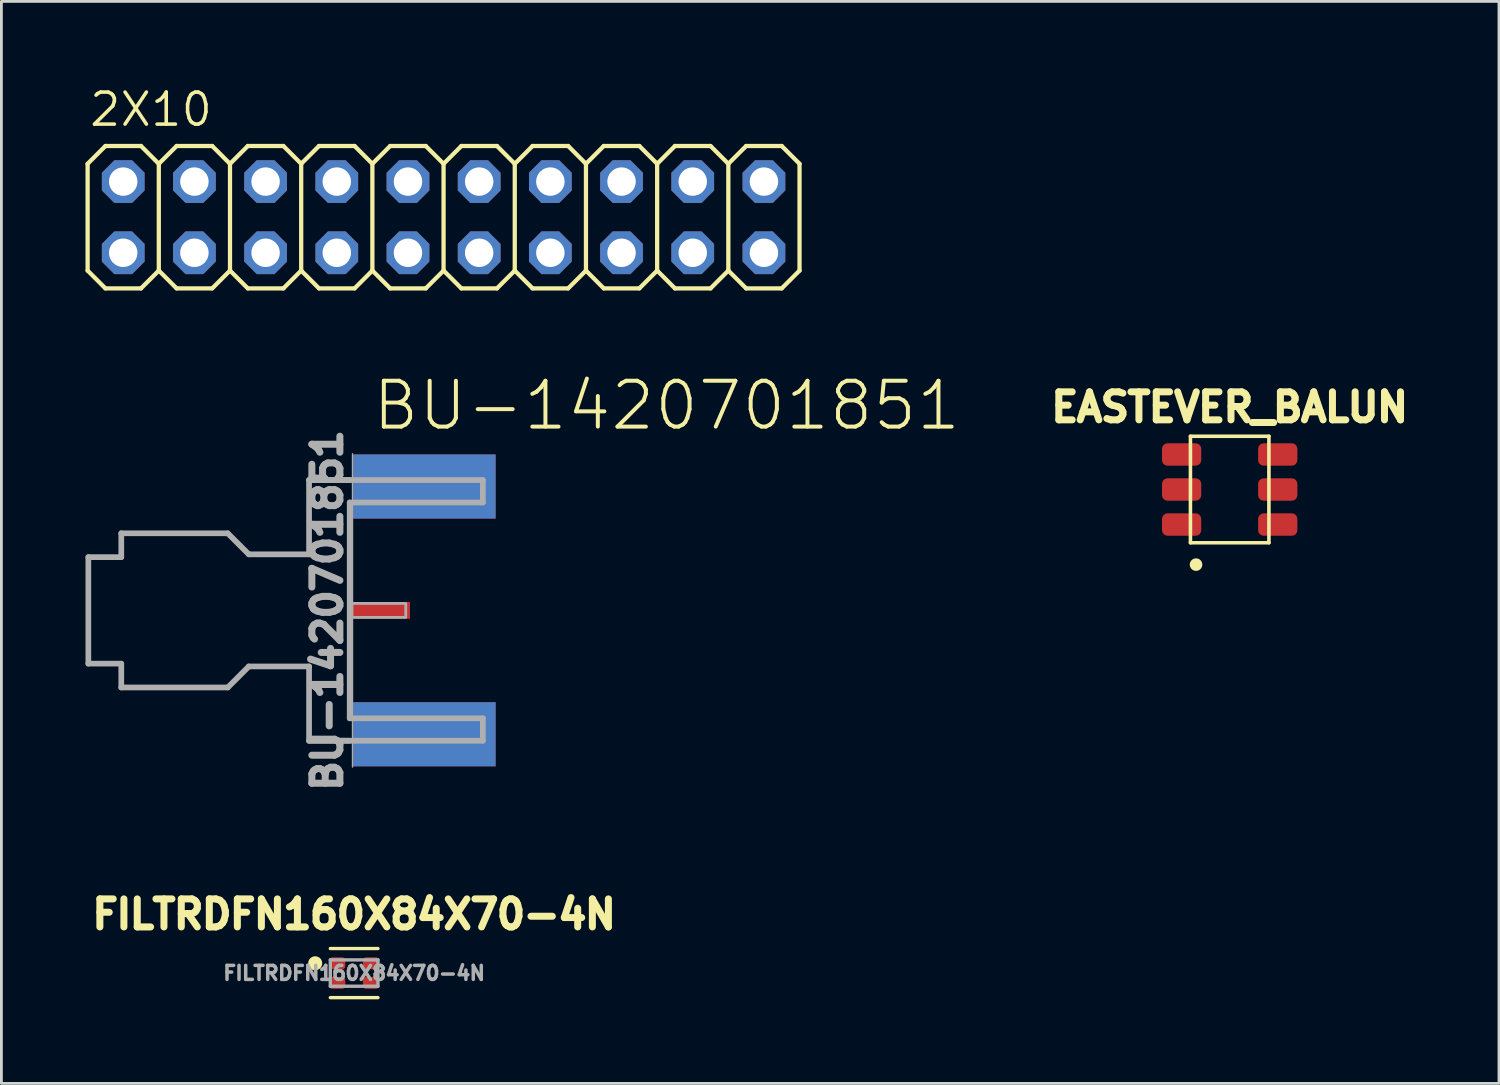
<source format=kicad_pcb>
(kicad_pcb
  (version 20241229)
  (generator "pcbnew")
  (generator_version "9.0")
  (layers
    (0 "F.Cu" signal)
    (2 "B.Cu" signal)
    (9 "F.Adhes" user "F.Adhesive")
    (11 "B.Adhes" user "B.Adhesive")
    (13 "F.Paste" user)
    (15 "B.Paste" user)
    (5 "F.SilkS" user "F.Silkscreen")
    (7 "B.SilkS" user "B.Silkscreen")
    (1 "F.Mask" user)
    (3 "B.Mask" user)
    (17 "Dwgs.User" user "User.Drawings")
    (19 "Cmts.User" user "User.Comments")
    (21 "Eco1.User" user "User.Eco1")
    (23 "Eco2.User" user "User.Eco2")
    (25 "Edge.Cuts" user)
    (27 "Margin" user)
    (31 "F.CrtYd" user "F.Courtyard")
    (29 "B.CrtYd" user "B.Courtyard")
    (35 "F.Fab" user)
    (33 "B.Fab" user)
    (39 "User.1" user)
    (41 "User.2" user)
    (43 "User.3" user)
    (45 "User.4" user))
  (footprint "FILTRDFN160X84X70-4N"
    (layer "F.Cu")
    (at 9.585 31.668)
    (property "Reference" "FILTRDFN160X84X70-4N" (at 0 -1.511 0) (unlocked yes) (layer "F.SilkS") (effects (font (size 1 1) (thickness 0.25) (bold yes)) (justify bottom)))
    (attr smd)
    (fp_line (start 0.85 -0.876) (end -0.85 -0.876) (stroke (width 0.12) (type solid)) (layer "F.SilkS"))
    (fp_line (start 0.85 0.876) (end -0.85 0.876) (stroke (width 0.12) (type solid)) (layer "F.SilkS"))
    (fp_circle (center -1.389 -0.35) (end -1.264 -0.35) (stroke (width 0.25) (type solid)) (fill yes) (layer "F.SilkS"))
    (fp_line (start -0.85 -0.47) (end 0.85 -0.47) (stroke (width 0.12) (type solid)) (layer "F.Fab"))
    (fp_line (start -0.85 0.47) (end -0.85 -0.47) (stroke (width 0.12) (type solid)) (layer "F.Fab"))
    (fp_line (start 0.85 -0.47) (end 0.85 0.47) (stroke (width 0.12) (type solid)) (layer "F.Fab"))
    (fp_line (start 0.85 0.47) (end -0.85 0.47) (stroke (width 0.12) (type solid)) (layer "F.Fab"))
    (fp_text user "${REFERENCE}" (at 0 0 0) (unlocked yes) (layer "F.Fab") (effects (font (size 0.5 0.5) (thickness 0.125) (bold yes))))
    (pad "1" smd roundrect (at -0.6 -0.35) (size 0.571 0.424) (layers "F.Cu" "F.Mask" "F.Paste") (roundrect_rratio 0.25))
    (pad "2" smd roundrect (at -0.6 0.35) (size 0.571 0.424) (layers "F.Cu" "F.Mask" "F.Paste") (roundrect_rratio 0.25))
    (pad "3" smd roundrect (at 0.6 0.35) (size 0.571 0.424) (layers "F.Cu" "F.Mask" "F.Paste") (roundrect_rratio 0.25))
    (pad "4" smd roundrect (at 0.6 -0.35) (size 0.571 0.424) (layers "F.Cu" "F.Mask" "F.Paste") (roundrect_rratio 0.25)))
  (footprint "2X10"
    (layer "F.Cu")
    (at 12.776 4.699)
    (property "Reference" "2X10" (at -12.7 -3.175 0) (unlocked yes) (layer "F.SilkS") (effects (font (size 1.143 1.143) (thickness 0.127)) (justify left bottom)))
    (fp_line (start -12.7 -1.905) (end -12.065 -2.54) (stroke (width 0.152) (type solid)) (layer "F.SilkS"))
    (fp_line (start -12.7 1.905) (end -12.7 -1.905) (stroke (width 0.152) (type solid)) (layer "F.SilkS"))
    (fp_line (start -12.7 1.905) (end -12.065 2.54) (stroke (width 0.152) (type solid)) (layer "F.SilkS"))
    (fp_line (start -12.065 -2.54) (end -10.795 -2.54) (stroke (width 0.152) (type solid)) (layer "F.SilkS"))
    (fp_line (start -12.065 2.54) (end -10.795 2.54) (stroke (width 0.152) (type solid)) (layer "F.SilkS"))
    (fp_line (start -10.795 -2.54) (end -10.16 -1.905) (stroke (width 0.152) (type solid)) (layer "F.SilkS"))
    (fp_line (start -10.795 2.54) (end -10.16 1.905) (stroke (width 0.152) (type solid)) (layer "F.SilkS"))
    (fp_line (start -10.16 -1.905) (end -10.16 1.905) (stroke (width 0.152) (type solid)) (layer "F.SilkS"))
    (fp_line (start -10.16 -1.905) (end -9.525 -2.54) (stroke (width 0.152) (type solid)) (layer "F.SilkS"))
    (fp_line (start -10.16 1.905) (end -9.525 2.54) (stroke (width 0.152) (type solid)) (layer "F.SilkS"))
    (fp_line (start -9.525 -2.54) (end -8.255 -2.54) (stroke (width 0.152) (type solid)) (layer "F.SilkS"))
    (fp_line (start -9.525 2.54) (end -8.255 2.54) (stroke (width 0.152) (type solid)) (layer "F.SilkS"))
    (fp_line (start -8.255 -2.54) (end -7.62 -1.905) (stroke (width 0.152) (type solid)) (layer "F.SilkS"))
    (fp_line (start -8.255 2.54) (end -7.62 1.905) (stroke (width 0.152) (type solid)) (layer "F.SilkS"))
    (fp_line (start -7.62 -1.905) (end -7.62 1.905) (stroke (width 0.152) (type solid)) (layer "F.SilkS"))
    (fp_line (start -7.62 -1.905) (end -6.985 -2.54) (stroke (width 0.152) (type solid)) (layer "F.SilkS"))
    (fp_line (start -7.62 1.905) (end -6.985 2.54) (stroke (width 0.152) (type solid)) (layer "F.SilkS"))
    (fp_line (start -6.985 -2.54) (end -5.715 -2.54) (stroke (width 0.152) (type solid)) (layer "F.SilkS"))
    (fp_line (start -6.985 2.54) (end -5.715 2.54) (stroke (width 0.152) (type solid)) (layer "F.SilkS"))
    (fp_line (start -5.715 -2.54) (end -5.08 -1.905) (stroke (width 0.152) (type solid)) (layer "F.SilkS"))
    (fp_line (start -5.715 2.54) (end -5.08 1.905) (stroke (width 0.152) (type solid)) (layer "F.SilkS"))
    (fp_line (start -5.08 -1.905) (end -5.08 1.905) (stroke (width 0.152) (type solid)) (layer "F.SilkS"))
    (fp_line (start -5.08 -1.905) (end -4.445 -2.54) (stroke (width 0.152) (type solid)) (layer "F.SilkS"))
    (fp_line (start -5.08 1.905) (end -4.445 2.54) (stroke (width 0.152) (type solid)) (layer "F.SilkS"))
    (fp_line (start -4.445 -2.54) (end -3.175 -2.54) (stroke (width 0.152) (type solid)) (layer "F.SilkS"))
    (fp_line (start -4.445 2.54) (end -3.175 2.54) (stroke (width 0.152) (type solid)) (layer "F.SilkS"))
    (fp_line (start -3.175 -2.54) (end -2.54 -1.905) (stroke (width 0.152) (type solid)) (layer "F.SilkS"))
    (fp_line (start -3.175 2.54) (end -2.54 1.905) (stroke (width 0.152) (type solid)) (layer "F.SilkS"))
    (fp_line (start -2.54 -1.905) (end -2.54 1.905) (stroke (width 0.152) (type solid)) (layer "F.SilkS"))
    (fp_line (start -2.54 -1.905) (end -1.905 -2.54) (stroke (width 0.152) (type solid)) (layer "F.SilkS"))
    (fp_line (start -2.54 1.905) (end -1.905 2.54) (stroke (width 0.152) (type solid)) (layer "F.SilkS"))
    (fp_line (start -1.905 -2.54) (end -0.635 -2.54) (stroke (width 0.152) (type solid)) (layer "F.SilkS"))
    (fp_line (start -1.905 2.54) (end -0.635 2.54) (stroke (width 0.152) (type solid)) (layer "F.SilkS"))
    (fp_line (start -0.635 -2.54) (end 0 -1.905) (stroke (width 0.152) (type solid)) (layer "F.SilkS"))
    (fp_line (start -0.635 2.54) (end 0 1.905) (stroke (width 0.152) (type solid)) (layer "F.SilkS"))
    (fp_line (start 0 -1.905) (end 0 1.905) (stroke (width 0.152) (type solid)) (layer "F.SilkS"))
    (fp_line (start 0 -1.905) (end 0.635 -2.54) (stroke (width 0.152) (type solid)) (layer "F.SilkS"))
    (fp_line (start 0 1.905) (end 0.635 2.54) (stroke (width 0.152) (type solid)) (layer "F.SilkS"))
    (fp_line (start 0.635 -2.54) (end 1.905 -2.54) (stroke (width 0.152) (type solid)) (layer "F.SilkS"))
    (fp_line (start 0.635 2.54) (end 1.905 2.54) (stroke (width 0.152) (type solid)) (layer "F.SilkS"))
    (fp_line (start 1.905 -2.54) (end 2.54 -1.905) (stroke (width 0.152) (type solid)) (layer "F.SilkS"))
    (fp_line (start 1.905 2.54) (end 2.54 1.905) (stroke (width 0.152) (type solid)) (layer "F.SilkS"))
    (fp_line (start 2.54 -1.905) (end 2.54 1.905) (stroke (width 0.152) (type solid)) (layer "F.SilkS"))
    (fp_line (start 2.54 -1.905) (end 3.175 -2.54) (stroke (width 0.152) (type solid)) (layer "F.SilkS"))
    (fp_line (start 2.54 1.905) (end 3.175 2.54) (stroke (width 0.152) (type solid)) (layer "F.SilkS"))
    (fp_line (start 3.175 -2.54) (end 4.445 -2.54) (stroke (width 0.152) (type solid)) (layer "F.SilkS"))
    (fp_line (start 3.175 2.54) (end 4.445 2.54) (stroke (width 0.152) (type solid)) (layer "F.SilkS"))
    (fp_line (start 4.445 -2.54) (end 5.08 -1.905) (stroke (width 0.152) (type solid)) (layer "F.SilkS"))
    (fp_line (start 5.08 -1.905) (end 5.08 1.905) (stroke (width 0.152) (type solid)) (layer "F.SilkS"))
    (fp_line (start 5.08 -1.905) (end 5.715 -2.54) (stroke (width 0.152) (type solid)) (layer "F.SilkS"))
    (fp_line (start 5.08 1.905) (end 4.445 2.54) (stroke (width 0.152) (type solid)) (layer "F.SilkS"))
    (fp_line (start 5.08 1.905) (end 5.715 2.54) (stroke (width 0.152) (type solid)) (layer "F.SilkS"))
    (fp_line (start 5.715 -2.54) (end 6.985 -2.54) (stroke (width 0.152) (type solid)) (layer "F.SilkS"))
    (fp_line (start 5.715 2.54) (end 6.985 2.54) (stroke (width 0.152) (type solid)) (layer "F.SilkS"))
    (fp_line (start 6.985 -2.54) (end 7.62 -1.905) (stroke (width 0.152) (type solid)) (layer "F.SilkS"))
    (fp_line (start 7.62 -1.905) (end 7.62 1.905) (stroke (width 0.152) (type solid)) (layer "F.SilkS"))
    (fp_line (start 7.62 -1.905) (end 8.255 -2.54) (stroke (width 0.152) (type solid)) (layer "F.SilkS"))
    (fp_line (start 7.62 1.905) (end 6.985 2.54) (stroke (width 0.152) (type solid)) (layer "F.SilkS"))
    (fp_line (start 7.62 1.905) (end 8.255 2.54) (stroke (width 0.152) (type solid)) (layer "F.SilkS"))
    (fp_line (start 8.255 -2.54) (end 9.525 -2.54) (stroke (width 0.152) (type solid)) (layer "F.SilkS"))
    (fp_line (start 8.255 2.54) (end 9.525 2.54) (stroke (width 0.152) (type solid)) (layer "F.SilkS"))
    (fp_line (start 9.525 -2.54) (end 10.16 -1.905) (stroke (width 0.152) (type solid)) (layer "F.SilkS"))
    (fp_line (start 10.16 -1.905) (end 10.16 1.905) (stroke (width 0.152) (type solid)) (layer "F.SilkS"))
    (fp_line (start 10.16 -1.905) (end 10.795 -2.54) (stroke (width 0.152) (type solid)) (layer "F.SilkS"))
    (fp_line (start 10.16 1.905) (end 9.525 2.54) (stroke (width 0.152) (type solid)) (layer "F.SilkS"))
    (fp_line (start 10.16 1.905) (end 10.795 2.54) (stroke (width 0.152) (type solid)) (layer "F.SilkS"))
    (fp_line (start 10.795 -2.54) (end 12.065 -2.54) (stroke (width 0.152) (type solid)) (layer "F.SilkS"))
    (fp_line (start 10.795 2.54) (end 12.065 2.54) (stroke (width 0.152) (type solid)) (layer "F.SilkS"))
    (fp_line (start 12.065 -2.54) (end 12.7 -1.905) (stroke (width 0.152) (type solid)) (layer "F.SilkS"))
    (fp_line (start 12.7 -1.905) (end 12.7 1.905) (stroke (width 0.152) (type solid)) (layer "F.SilkS"))
    (fp_line (start 12.7 1.905) (end 12.065 2.54) (stroke (width 0.152) (type solid)) (layer "F.SilkS"))
    (fp_poly (pts (xy -11.684 -1.016) (xy -11.176 -1.016) (xy -11.176 -1.524) (xy -11.684 -1.524)) (stroke (width 0.1) (type default)) (fill no) (layer "F.Fab"))
    (fp_poly (pts (xy -11.684 1.524) (xy -11.176 1.524) (xy -11.176 1.016) (xy -11.684 1.016)) (stroke (width 0.1) (type default)) (fill no) (layer "F.Fab"))
    (fp_poly (pts (xy -9.144 -1.016) (xy -8.636 -1.016) (xy -8.636 -1.524) (xy -9.144 -1.524)) (stroke (width 0.1) (type default)) (fill no) (layer "F.Fab"))
    (fp_poly (pts (xy -9.144 1.524) (xy -8.636 1.524) (xy -8.636 1.016) (xy -9.144 1.016)) (stroke (width 0.1) (type default)) (fill no) (layer "F.Fab"))
    (fp_poly (pts (xy -6.604 -1.016) (xy -6.096 -1.016) (xy -6.096 -1.524) (xy -6.604 -1.524)) (stroke (width 0.1) (type default)) (fill no) (layer "F.Fab"))
    (fp_poly (pts (xy -6.604 1.524) (xy -6.096 1.524) (xy -6.096 1.016) (xy -6.604 1.016)) (stroke (width 0.1) (type default)) (fill no) (layer "F.Fab"))
    (fp_poly (pts (xy -4.064 -1.016) (xy -3.556 -1.016) (xy -3.556 -1.524) (xy -4.064 -1.524)) (stroke (width 0.1) (type default)) (fill no) (layer "F.Fab"))
    (fp_poly (pts (xy -4.064 1.524) (xy -3.556 1.524) (xy -3.556 1.016) (xy -4.064 1.016)) (stroke (width 0.1) (type default)) (fill no) (layer "F.Fab"))
    (fp_poly (pts (xy -1.524 -1.016) (xy -1.016 -1.016) (xy -1.016 -1.524) (xy -1.524 -1.524)) (stroke (width 0.1) (type default)) (fill no) (layer "F.Fab"))
    (fp_poly (pts (xy -1.524 1.524) (xy -1.016 1.524) (xy -1.016 1.016) (xy -1.524 1.016)) (stroke (width 0.1) (type default)) (fill no) (layer "F.Fab"))
    (fp_poly (pts (xy 1.016 -1.016) (xy 1.524 -1.016) (xy 1.524 -1.524) (xy 1.016 -1.524)) (stroke (width 0.1) (type default)) (fill no) (layer "F.Fab"))
    (fp_poly (pts (xy 1.016 1.524) (xy 1.524 1.524) (xy 1.524 1.016) (xy 1.016 1.016)) (stroke (width 0.1) (type default)) (fill no) (layer "F.Fab"))
    (fp_poly (pts (xy 3.556 -1.016) (xy 4.064 -1.016) (xy 4.064 -1.524) (xy 3.556 -1.524)) (stroke (width 0.1) (type default)) (fill no) (layer "F.Fab"))
    (fp_poly (pts (xy 3.556 1.524) (xy 4.064 1.524) (xy 4.064 1.016) (xy 3.556 1.016)) (stroke (width 0.1) (type default)) (fill no) (layer "F.Fab"))
    (fp_poly (pts (xy 6.096 -1.016) (xy 6.604 -1.016) (xy 6.604 -1.524) (xy 6.096 -1.524)) (stroke (width 0.1) (type default)) (fill no) (layer "F.Fab"))
    (fp_poly (pts (xy 6.096 1.524) (xy 6.604 1.524) (xy 6.604 1.016) (xy 6.096 1.016)) (stroke (width 0.1) (type default)) (fill no) (layer "F.Fab"))
    (fp_poly (pts (xy 8.636 -1.016) (xy 9.144 -1.016) (xy 9.144 -1.524) (xy 8.636 -1.524)) (stroke (width 0.1) (type default)) (fill no) (layer "F.Fab"))
    (fp_poly (pts (xy 8.636 1.524) (xy 9.144 1.524) (xy 9.144 1.016) (xy 8.636 1.016)) (stroke (width 0.1) (type default)) (fill no) (layer "F.Fab"))
    (fp_poly (pts (xy 11.176 -1.016) (xy 11.684 -1.016) (xy 11.684 -1.524) (xy 11.176 -1.524)) (stroke (width 0.1) (type default)) (fill no) (layer "F.Fab"))
    (fp_poly (pts (xy 11.176 1.524) (xy 11.684 1.524) (xy 11.684 1.016) (xy 11.176 1.016)) (stroke (width 0.1) (type default)) (fill no) (layer "F.Fab"))
    (pad "1" thru_hole roundrect (at -11.43 1.27) (size 1.524 1.524) (drill 1.016) (layers "*.Cu" "*.Mask") (roundrect_rratio 0.25) (chamfer_ratio 0.293) (chamfer top_left top_right bottom_left bottom_right))
    (pad "2" thru_hole roundrect (at -11.43 -1.27) (size 1.524 1.524) (drill 1.016) (layers "*.Cu" "*.Mask") (roundrect_rratio 0.25) (chamfer_ratio 0.293) (chamfer top_left top_right bottom_left bottom_right))
    (pad "3" thru_hole roundrect (at -8.89 1.27) (size 1.524 1.524) (drill 1.016) (layers "*.Cu" "*.Mask") (roundrect_rratio 0.25) (chamfer_ratio 0.293) (chamfer top_left top_right bottom_left bottom_right))
    (pad "4" thru_hole roundrect (at -8.89 -1.27) (size 1.524 1.524) (drill 1.016) (layers "*.Cu" "*.Mask") (roundrect_rratio 0.25) (chamfer_ratio 0.293) (chamfer top_left top_right bottom_left bottom_right))
    (pad "5" thru_hole roundrect (at -6.35 1.27) (size 1.524 1.524) (drill 1.016) (layers "*.Cu" "*.Mask") (roundrect_rratio 0.25) (chamfer_ratio 0.293) (chamfer top_left top_right bottom_left bottom_right))
    (pad "6" thru_hole roundrect (at -6.35 -1.27) (size 1.524 1.524) (drill 1.016) (layers "*.Cu" "*.Mask") (roundrect_rratio 0.25) (chamfer_ratio 0.293) (chamfer top_left top_right bottom_left bottom_right))
    (pad "7" thru_hole roundrect (at -3.81 1.27) (size 1.524 1.524) (drill 1.016) (layers "*.Cu" "*.Mask") (roundrect_rratio 0.25) (chamfer_ratio 0.293) (chamfer top_left top_right bottom_left bottom_right))
    (pad "8" thru_hole roundrect (at -3.81 -1.27) (size 1.524 1.524) (drill 1.016) (layers "*.Cu" "*.Mask") (roundrect_rratio 0.25) (chamfer_ratio 0.293) (chamfer top_left top_right bottom_left bottom_right))
    (pad "9" thru_hole roundrect (at -1.27 1.27) (size 1.524 1.524) (drill 1.016) (layers "*.Cu" "*.Mask") (roundrect_rratio 0.25) (chamfer_ratio 0.293) (chamfer top_left top_right bottom_left bottom_right))
    (pad "10" thru_hole roundrect (at -1.27 -1.27) (size 1.524 1.524) (drill 1.016) (layers "*.Cu" "*.Mask") (roundrect_rratio 0.25) (chamfer_ratio 0.293) (chamfer top_left top_right bottom_left bottom_right))
    (pad "11" thru_hole roundrect (at 1.27 1.27) (size 1.524 1.524) (drill 1.016) (layers "*.Cu" "*.Mask") (roundrect_rratio 0.25) (chamfer_ratio 0.293) (chamfer top_left top_right bottom_left bottom_right))
    (pad "12" thru_hole roundrect (at 1.27 -1.27) (size 1.524 1.524) (drill 1.016) (layers "*.Cu" "*.Mask") (roundrect_rratio 0.25) (chamfer_ratio 0.293) (chamfer top_left top_right bottom_left bottom_right))
    (pad "13" thru_hole roundrect (at 3.81 1.27) (size 1.524 1.524) (drill 1.016) (layers "*.Cu" "*.Mask") (roundrect_rratio 0.25) (chamfer_ratio 0.293) (chamfer top_left top_right bottom_left bottom_right))
    (pad "14" thru_hole roundrect (at 3.81 -1.27) (size 1.524 1.524) (drill 1.016) (layers "*.Cu" "*.Mask") (roundrect_rratio 0.25) (chamfer_ratio 0.293) (chamfer top_left top_right bottom_left bottom_right))
    (pad "15" thru_hole roundrect (at 6.35 1.27) (size 1.524 1.524) (drill 1.016) (layers "*.Cu" "*.Mask") (roundrect_rratio 0.25) (chamfer_ratio 0.293) (chamfer top_left top_right bottom_left bottom_right))
    (pad "16" thru_hole roundrect (at 6.35 -1.27) (size 1.524 1.524) (drill 1.016) (layers "*.Cu" "*.Mask") (roundrect_rratio 0.25) (chamfer_ratio 0.293) (chamfer top_left top_right bottom_left bottom_right))
    (pad "17" thru_hole roundrect (at 8.89 1.27) (size 1.524 1.524) (drill 1.016) (layers "*.Cu" "*.Mask") (roundrect_rratio 0.25) (chamfer_ratio 0.293) (chamfer top_left top_right bottom_left bottom_right))
    (pad "18" thru_hole roundrect (at 8.89 -1.27) (size 1.524 1.524) (drill 1.016) (layers "*.Cu" "*.Mask") (roundrect_rratio 0.25) (chamfer_ratio 0.293) (chamfer top_left top_right bottom_left bottom_right))
    (pad "19" thru_hole roundrect (at 11.43 1.27) (size 1.524 1.524) (drill 1.016) (layers "*.Cu" "*.Mask") (roundrect_rratio 0.25) (chamfer_ratio 0.293) (chamfer top_left top_right bottom_left bottom_right))
    (pad "20" thru_hole roundrect (at 11.43 -1.27) (size 1.524 1.524) (drill 1.016) (layers "*.Cu" "*.Mask") (roundrect_rratio 0.25) (chamfer_ratio 0.293) (chamfer top_left top_right bottom_left bottom_right)))
  (footprint "BU-1420701851"
    (layer "F.Cu")
    (at 9.527 18.728)
    (property "Reference" "BU-1420701851" (at 0.635 -6.35 0) (unlocked yes) (layer "F.SilkS") (effects (font (size 1.636 1.636) (thickness 0.142)) (justify left bottom)))
    (attr smd)
    (fp_line (start -9.425 -1.9) (end -8.25 -1.9) (stroke (width 0.203) (type solid)) (layer "F.Fab"))
    (fp_line (start -9.425 1.9) (end -9.425 -1.9) (stroke (width 0.203) (type solid)) (layer "F.Fab"))
    (fp_line (start -8.25 -2.75) (end -4.45 -2.75) (stroke (width 0.203) (type solid)) (layer "F.Fab"))
    (fp_line (start -8.25 -1.9) (end -8.25 -2.75) (stroke (width 0.203) (type solid)) (layer "F.Fab"))
    (fp_line (start -8.25 1.9) (end -9.425 1.9) (stroke (width 0.203) (type solid)) (layer "F.Fab"))
    (fp_line (start -8.25 2.75) (end -8.25 1.9) (stroke (width 0.203) (type solid)) (layer "F.Fab"))
    (fp_line (start -4.45 -2.75) (end -3.7 -2) (stroke (width 0.203) (type solid)) (layer "F.Fab"))
    (fp_line (start -4.45 2.75) (end -8.25 2.75) (stroke (width 0.203) (type solid)) (layer "F.Fab"))
    (fp_line (start -3.7 -2) (end -1.55 -2) (stroke (width 0.203) (type solid)) (layer "F.Fab"))
    (fp_line (start -3.7 2) (end -4.45 2.75) (stroke (width 0.203) (type solid)) (layer "F.Fab"))
    (fp_line (start -1.55 -4.65) (end -0.1 -4.65) (stroke (width 0.203) (type solid)) (layer "F.Fab"))
    (fp_line (start -1.55 -4.65) (end 4.65 -4.65) (stroke (width 0.203) (type solid)) (layer "F.Fab"))
    (fp_line (start -1.55 -2) (end -1.55 -4.65) (stroke (width 0.203) (type solid)) (layer "F.Fab"))
    (fp_line (start -1.55 2) (end -3.7 2) (stroke (width 0.203) (type solid)) (layer "F.Fab"))
    (fp_line (start -1.55 4.65) (end -1.55 2) (stroke (width 0.203) (type solid)) (layer "F.Fab"))
    (fp_line (start -0.1 -3.85) (end 4.65 -3.85) (stroke (width 0.203) (type solid)) (layer "F.Fab"))
    (fp_line (start -0.1 3.85) (end -0.1 -3.85) (stroke (width 0.203) (type solid)) (layer "F.Fab"))
    (fp_line (start -0.1 4.65) (end -1.55 4.65) (stroke (width 0.203) (type solid)) (layer "F.Fab"))
    (fp_line (start 0 -5.588) (end 0 5.588) (stroke (width 0.05) (type solid)) (layer "F.Fab"))
    (fp_line (start 4.65 -3.85) (end 4.65 -4.65) (stroke (width 0.203) (type solid)) (layer "F.Fab"))
    (fp_line (start 4.65 3.85) (end -0.1 3.85) (stroke (width 0.203) (type solid)) (layer "F.Fab"))
    (fp_line (start 4.65 4.65) (end -1.55 4.65) (stroke (width 0.203) (type solid)) (layer "F.Fab"))
    (fp_line (start 4.65 4.65) (end 4.65 3.85) (stroke (width 0.203) (type solid)) (layer "F.Fab"))
    (fp_poly (pts (xy -0.025 0.25) (xy 1.9 0.25) (xy 1.9 -0.25) (xy -0.025 -0.25)) (stroke (width 0.1) (type default)) (fill no) (layer "F.Fab"))
    (fp_text user "${REFERENCE}" (at -0.9 0 90) (unlocked yes) (layer "F.Fab") (effects (font (size 1 1) (thickness 0.25) (bold yes))))
    (pad "1" smd rect (at 1 0) (size 2.1 0.6) (layers "F.Cu" "F.Mask" "F.Paste"))
    (pad "G@1" smd rect (at 2.565 -4.42) (size 5.08 2.286) (layers "F.Cu" "F.Mask" "F.Paste"))
    (pad "G@2" smd rect (at 2.565 4.42) (size 5.08 2.286) (layers "F.Cu" "F.Mask" "F.Paste"))
    (pad "G@3" smd rect (at 2.565 -4.42) (size 5.08 2.286) (layers "B.Cu" "B.Mask" "B.Paste"))
    (pad "G@4" smd rect (at 2.565 4.42) (size 5.08 2.286) (layers "B.Cu" "B.Mask" "B.Paste")))
  (footprint "EASTEVER_BALUN"
    (layer "F.Cu")
    (at 40.823 14.415)
    (property "Reference" "EASTEVER_BALUN" (at 0 -2.35 0) (unlocked yes) (layer "F.SilkS") (effects (font (size 1 1) (thickness 0.25)) (justify bottom)))
    (attr smd)
    (fp_line (start -1.4 -1.9) (end 1.4 -1.9) (stroke (width 0.127) (type solid)) (layer "F.SilkS"))
    (fp_line (start -1.4 1.9) (end -1.4 -1.9) (stroke (width 0.127) (type solid)) (layer "F.SilkS"))
    (fp_line (start 1.4 -1.9) (end 1.4 1.9) (stroke (width 0.127) (type solid)) (layer "F.SilkS"))
    (fp_line (start 1.4 1.9) (end -1.4 1.9) (stroke (width 0.127) (type solid)) (layer "F.SilkS"))
    (fp_circle (center -1.2 2.68) (end -1.088 2.68) (stroke (width 0.224) (type solid)) (fill yes) (layer "F.SilkS"))
    (pad "1" smd roundrect (at -1.715 1.25) (size 1.4 0.8) (layers "F.Cu" "F.Mask" "F.Paste") (roundrect_rratio 0.25))
    (pad "2" smd roundrect (at -1.715 0) (size 1.4 0.8) (layers "F.Cu" "F.Mask" "F.Paste") (roundrect_rratio 0.25))
    (pad "3" smd roundrect (at -1.715 -1.25) (size 1.4 0.8) (layers "F.Cu" "F.Mask" "F.Paste") (roundrect_rratio 0.25))
    (pad "4" smd roundrect (at 1.715 -1.25) (size 1.4 0.8) (layers "F.Cu" "F.Mask" "F.Paste") (roundrect_rratio 0.25))
    (pad "5" smd roundrect (at 1.715 0) (size 1.4 0.8) (layers "F.Cu" "F.Mask" "F.Paste") (roundrect_rratio 0.25))
    (pad "6" smd roundrect (at 1.715 1.25) (size 1.4 0.8) (layers "F.Cu" "F.Mask" "F.Paste") (roundrect_rratio 0.25)))
  (gr_rect
    (start -3 -3)
    (end 50.431 35.604)
    (stroke (width 0.1) (type default))
    (fill no)
    (layer "Edge.Cuts")))
</source>
